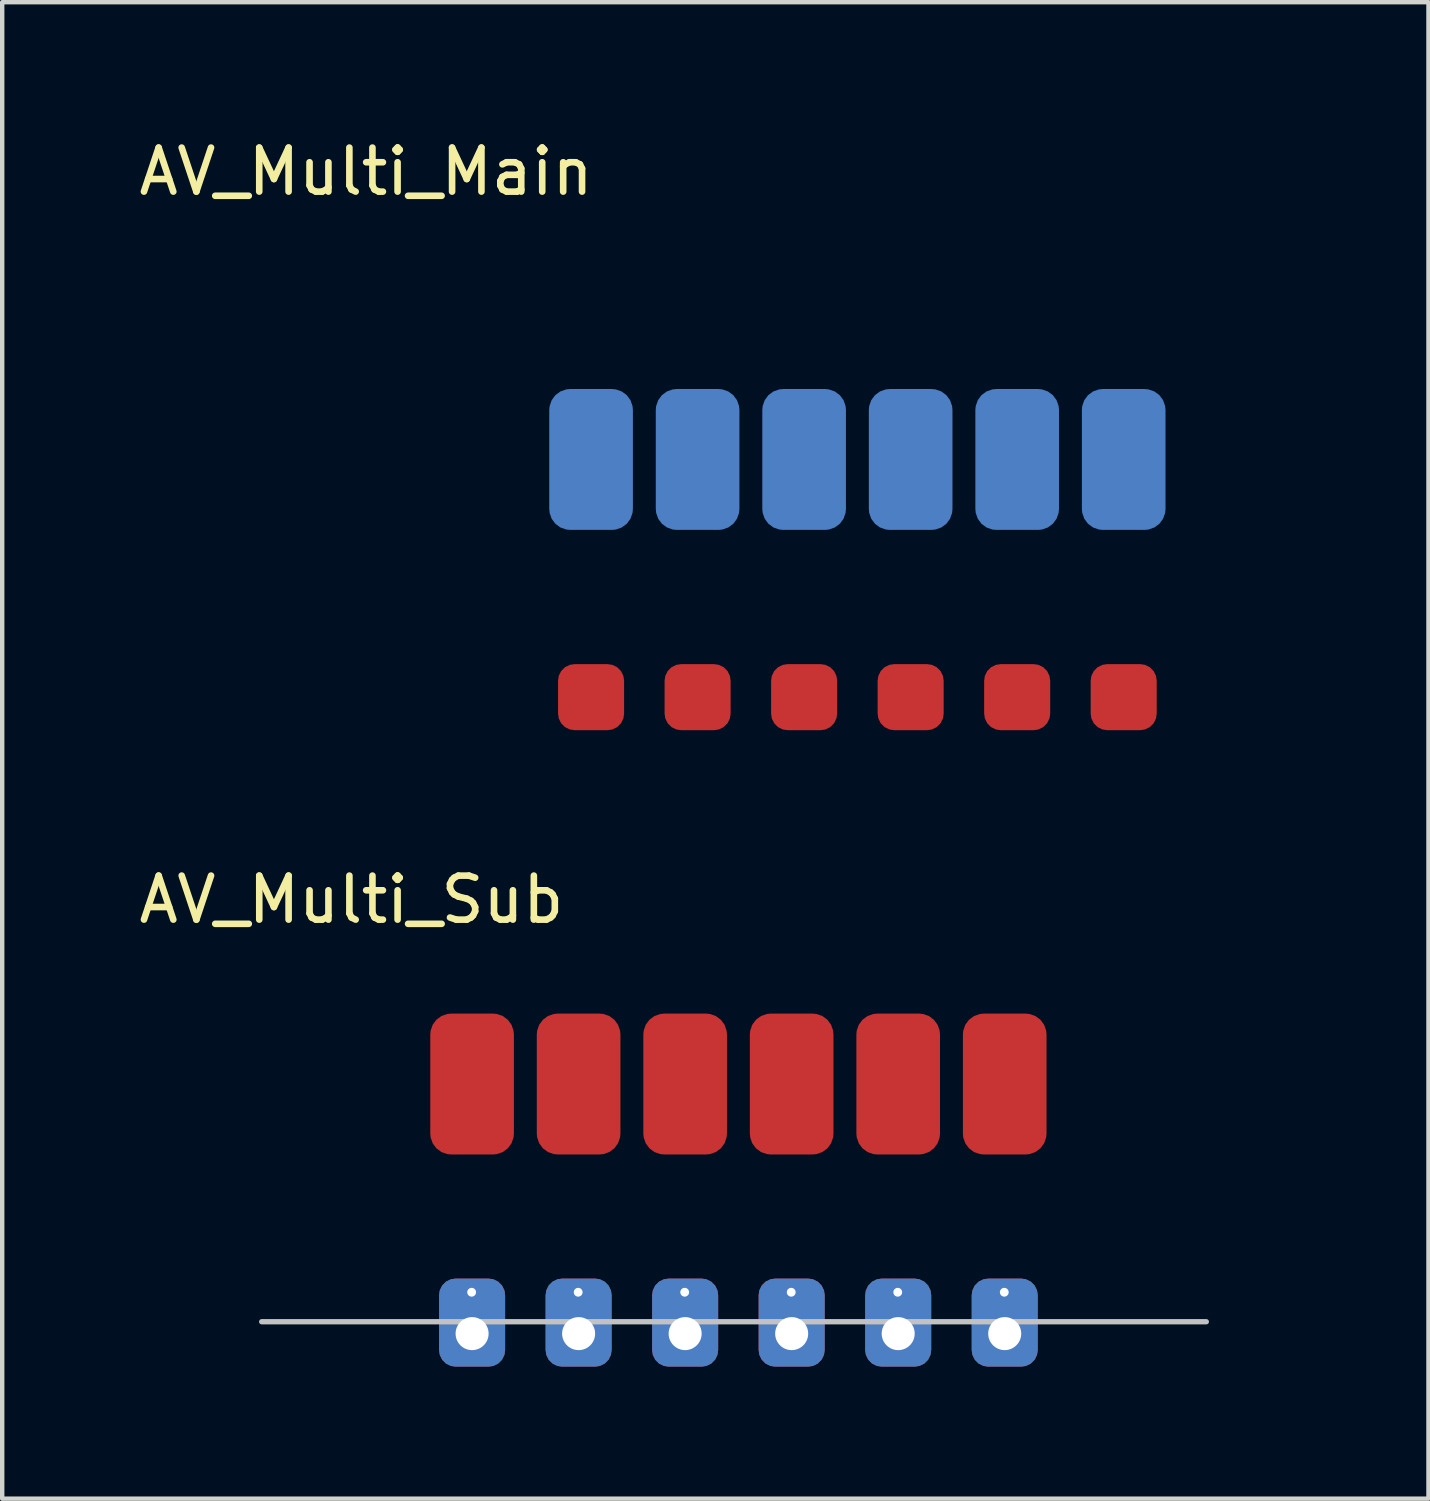
<source format=kicad_pcb>
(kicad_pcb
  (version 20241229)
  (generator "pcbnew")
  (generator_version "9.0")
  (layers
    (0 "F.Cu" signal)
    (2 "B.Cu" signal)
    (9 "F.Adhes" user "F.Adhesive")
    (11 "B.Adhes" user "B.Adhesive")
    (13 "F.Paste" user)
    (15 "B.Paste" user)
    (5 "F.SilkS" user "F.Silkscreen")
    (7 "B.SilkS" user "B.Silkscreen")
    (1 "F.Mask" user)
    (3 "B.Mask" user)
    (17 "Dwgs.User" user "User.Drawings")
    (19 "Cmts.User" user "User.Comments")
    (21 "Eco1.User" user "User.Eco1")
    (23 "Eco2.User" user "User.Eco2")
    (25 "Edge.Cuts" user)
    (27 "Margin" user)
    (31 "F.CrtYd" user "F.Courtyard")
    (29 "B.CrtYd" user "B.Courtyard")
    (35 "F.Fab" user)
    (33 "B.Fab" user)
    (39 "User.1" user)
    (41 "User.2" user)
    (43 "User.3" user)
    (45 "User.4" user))
  (footprint "AV_Multi_Sub"
    (layer "F.Cu")
    (at 13.725 19.977)
    (property "Reference" "AV_Multi_Sub" (at -8.79 -2.59 0) (layer "F.SilkS") (effects (font (size 1 1) (thickness 0.15))))
    (attr through_hole)
    (fp_line (start -10.83 7) (end 10.63 7) (stroke (width 0.12) (type solid)) (layer "Dwgs.User"))
    (fp_poly (pts (xy 9.949 7.274) (xy -9.948 7.274) (xy -9.948 0.006) (xy 9.949 0.006) (xy 9.949 7.274)) (stroke (width 0.01) (type solid)) (fill no) (layer "Eco1.User"))
    (pad "1" connect roundrect (at 6.05 1.6) (size 1.9 3.2) (layers "F.Cu" "F.Mask") (roundrect_rratio 0.25))
    (pad "3" connect roundrect (at 3.63 1.6) (size 1.9 3.2) (layers "F.Cu" "F.Mask") (roundrect_rratio 0.25))
    (pad "5" connect roundrect (at 1.21 1.6) (size 1.9 3.2) (layers "F.Cu" "F.Mask") (roundrect_rratio 0.25))
    (pad "7" connect roundrect (at -1.21 1.6) (size 1.9 3.2) (layers "F.Cu" "F.Mask") (roundrect_rratio 0.25))
    (pad "9" connect roundrect (at -3.63 1.6) (size 1.9 3.2) (layers "F.Cu" "F.Mask") (roundrect_rratio 0.25))
    (pad "11" connect roundrect (at -6.05 1.6) (size 1.9 3.2) (layers "F.Cu" "F.Mask") (roundrect_rratio 0.25))
    (pad "101" thru_hole circle (at 6.04 6.33) (size 0.4 0.4) (drill 0.2) (layers "*.Cu" "*.Mask"))
    (pad "101" thru_hole roundrect (at 6.05 7.27) (size 1.5 2) (drill 0.75 (offset 0 -0.25)) (layers "*.Cu" "*.Mask") (roundrect_rratio 0.25))
    (pad "103" thru_hole circle (at 3.62 6.33) (size 0.4 0.4) (drill 0.2) (layers "*.Cu" "*.Mask"))
    (pad "103" thru_hole roundrect (at 3.63 7.27) (size 1.5 2) (drill 0.75 (offset 0 -0.25)) (layers "*.Cu" "*.Mask") (roundrect_rratio 0.25))
    (pad "105" thru_hole circle (at 1.2 6.33) (size 0.4 0.4) (drill 0.2) (layers "*.Cu" "*.Mask"))
    (pad "105" thru_hole roundrect (at 1.21 7.27) (size 1.5 2) (drill 0.75 (offset 0 -0.25)) (layers "*.Cu" "*.Mask") (roundrect_rratio 0.25))
    (pad "107" thru_hole circle (at -1.22 6.33) (size 0.4 0.4) (drill 0.2) (layers "*.Cu" "*.Mask"))
    (pad "107" thru_hole roundrect (at -1.21 7.27) (size 1.5 2) (drill 0.75 (offset 0 -0.25)) (layers "*.Cu" "*.Mask") (roundrect_rratio 0.25))
    (pad "109" thru_hole circle (at -3.64 6.33) (size 0.4 0.4) (drill 0.2) (layers "*.Cu" "*.Mask"))
    (pad "109" thru_hole roundrect (at -3.63 7.27) (size 1.5 2) (drill 0.75 (offset 0 -0.25)) (layers "*.Cu" "*.Mask") (roundrect_rratio 0.25))
    (pad "111" thru_hole circle (at -6.06 6.33) (size 0.4 0.4) (drill 0.2) (layers "*.Cu" "*.Mask"))
    (pad "111" thru_hole roundrect (at -6.05 7.27) (size 1.5 2) (drill 0.75 (offset 0 -0.25)) (layers "*.Cu" "*.Mask") (roundrect_rratio 0.25)))
  (footprint "AV_Multi_Main"
    (layer "F.Cu")
    (at 9.628 5.788)
    (property "Reference" "AV_Multi_Main" (at -4.36 -4.94 0) (layer "F.SilkS") (effects (font (size 1 1) (thickness 0.15))))
    (attr through_hole)
    (fp_poly (pts (xy 16.769 7.264) (xy -3.128 7.264) (xy -3.128 -0.004) (xy 16.769 -0.004) (xy 16.769 7.264)) (stroke (width 0.01) (type solid)) (fill no) (layer "Eco1.User"))
    (pad "1" connect roundrect (at 12.85 7) (size 1.5 1.5) (layers "F.Cu" "F.Mask") (roundrect_rratio 0.25))
    (pad "2" connect roundrect (at 12.85 1.6) (size 1.9 3.2) (layers "B.Cu" "B.Mask") (roundrect_rratio 0.25))
    (pad "3" connect roundrect (at 10.43 7) (size 1.5 1.5) (layers "F.Cu" "F.Mask") (roundrect_rratio 0.25))
    (pad "4" connect roundrect (at 10.43 1.6) (size 1.9 3.2) (layers "B.Cu" "B.Mask") (roundrect_rratio 0.25))
    (pad "5" connect roundrect (at 8.01 7) (size 1.5 1.5) (layers "F.Cu" "F.Mask") (roundrect_rratio 0.25))
    (pad "6" connect roundrect (at 8.01 1.6) (size 1.9 3.2) (layers "B.Cu" "B.Mask") (roundrect_rratio 0.25))
    (pad "7" connect roundrect (at 5.59 7) (size 1.5 1.5) (layers "F.Cu" "F.Mask") (roundrect_rratio 0.25))
    (pad "8" connect roundrect (at 5.59 1.6) (size 1.9 3.2) (layers "B.Cu" "B.Mask") (roundrect_rratio 0.25))
    (pad "9" connect roundrect (at 3.17 7) (size 1.5 1.5) (layers "F.Cu" "F.Mask") (roundrect_rratio 0.25))
    (pad "10" connect roundrect (at 3.17 1.6) (size 1.9 3.2) (layers "B.Cu" "B.Mask") (roundrect_rratio 0.25))
    (pad "11" connect roundrect (at 0.75 7) (size 1.5 1.5) (layers "F.Cu" "F.Mask") (roundrect_rratio 0.25))
    (pad "12" connect roundrect (at 0.75 1.6) (size 1.9 3.2) (layers "B.Cu" "B.Mask") (roundrect_rratio 0.25)))
  (gr_rect
    (start -3 -3)
    (end 29.402 30.997)
    (stroke (width 0.1) (type default))
    (fill no)
    (layer "Edge.Cuts")))
</source>
